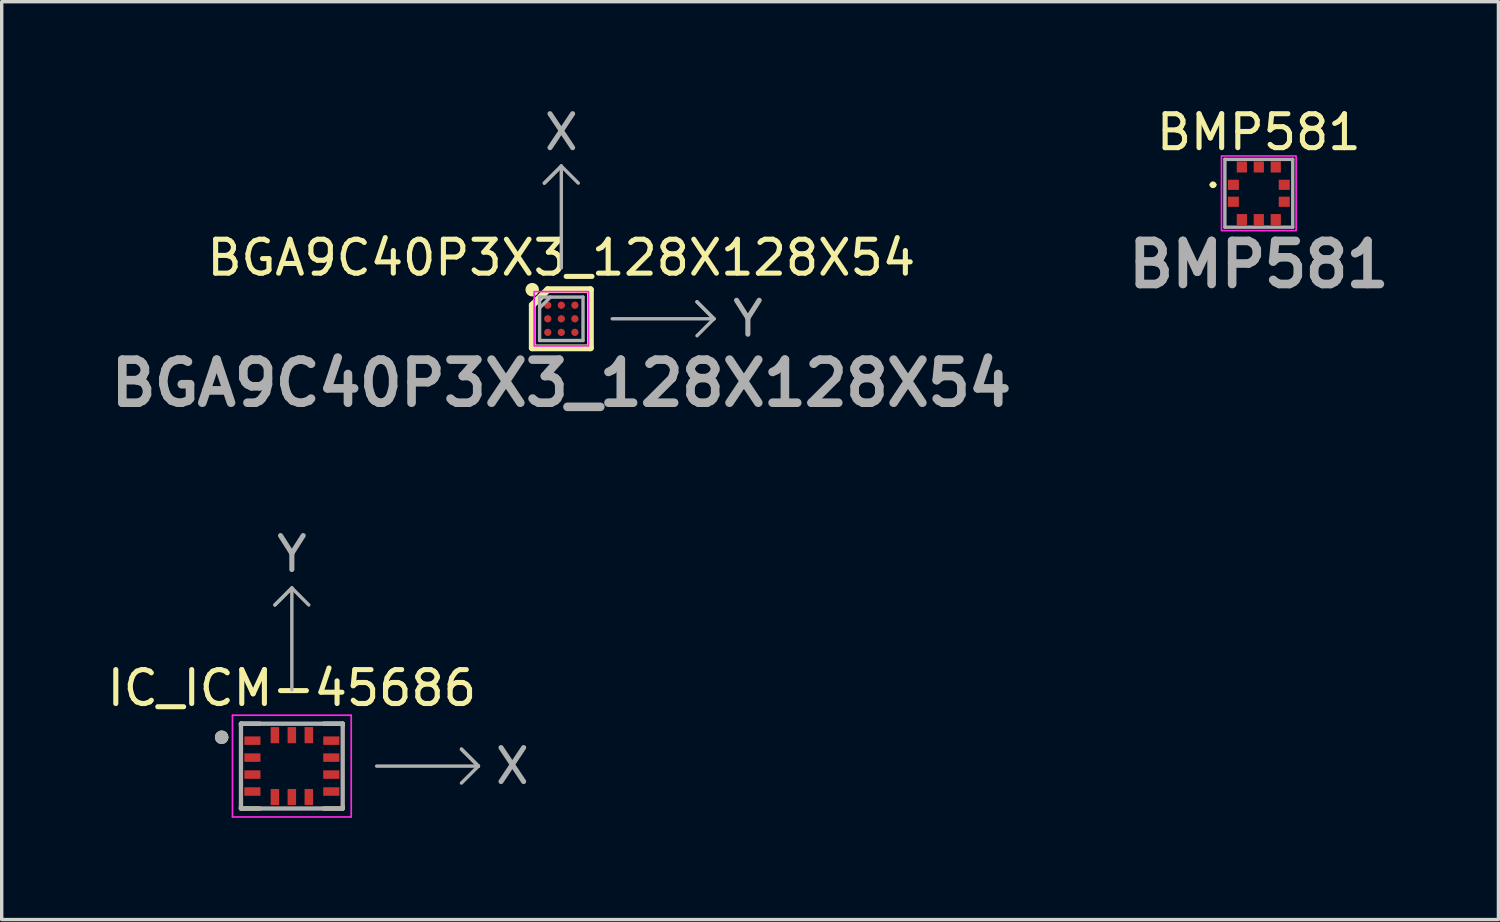
<source format=kicad_pcb>
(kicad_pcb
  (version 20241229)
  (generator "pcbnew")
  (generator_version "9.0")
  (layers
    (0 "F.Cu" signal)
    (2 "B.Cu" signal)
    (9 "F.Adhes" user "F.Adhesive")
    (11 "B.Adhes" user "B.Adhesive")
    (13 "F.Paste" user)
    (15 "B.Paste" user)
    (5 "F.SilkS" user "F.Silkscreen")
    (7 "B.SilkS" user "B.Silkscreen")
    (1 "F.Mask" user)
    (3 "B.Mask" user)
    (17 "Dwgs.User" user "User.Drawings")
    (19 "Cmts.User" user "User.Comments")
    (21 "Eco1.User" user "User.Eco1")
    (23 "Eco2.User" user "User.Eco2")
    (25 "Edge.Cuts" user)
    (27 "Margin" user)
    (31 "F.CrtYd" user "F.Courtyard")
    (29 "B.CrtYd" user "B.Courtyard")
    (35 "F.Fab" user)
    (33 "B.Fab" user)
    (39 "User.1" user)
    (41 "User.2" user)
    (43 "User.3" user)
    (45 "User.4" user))
  (footprint "BGA9C40P3X3_128X128X54"
    (layer "F.Cu")
    (at 13.498 6.348)
    (property "Reference" "BGA9C40P3X3_128X128X54" (at 0 -1.8 0) (layer "F.SilkS") (effects (font (size 1 1) (thickness 0.15))))
    (attr smd)
    (fp_line (start -0.857 -0.401) (end -0.399 -0.859) (stroke (width 0.2) (type solid)) (layer "F.SilkS"))
    (fp_line (start -0.857 0.857) (end -0.857 -0.401) (stroke (width 0.2) (type solid)) (layer "F.SilkS"))
    (fp_line (start -0.4 -0.858) (end 0.858 -0.858) (stroke (width 0.2) (type solid)) (layer "F.SilkS"))
    (fp_line (start 0.858 -0.858) (end 0.858 0.857) (stroke (width 0.2) (type solid)) (layer "F.SilkS"))
    (fp_line (start 0.858 0.857) (end -0.857 0.857) (stroke (width 0.2) (type solid)) (layer "F.SilkS"))
    (fp_circle (center -0.858 -0.858) (end -0.858 -0.758) (stroke (width 0.2) (type solid)) (fill no) (layer "F.SilkS"))
    (fp_rect (start -0.8 -0.8) (end 0.8 0.8) (stroke (width 0.05) (type default)) (fill no) (layer "F.CrtYd"))
    (fp_line (start -0.64 -0.64) (end 0.64 -0.64) (stroke (width 0.1) (type solid)) (layer "F.Fab"))
    (fp_line (start -0.64 -0.32) (end -0.32 -0.64) (stroke (width 0.1) (type solid)) (layer "F.Fab"))
    (fp_line (start -0.64 0.64) (end -0.64 -0.64) (stroke (width 0.1) (type solid)) (layer "F.Fab"))
    (fp_line (start -0.5 -4) (end 0 -4.5) (stroke (width 0.1) (type default)) (layer "F.Fab"))
    (fp_line (start 0 -4.5) (end -0.5 -4) (stroke (width 0.1) (type default)) (layer "F.Fab"))
    (fp_line (start 0 -1.5) (end 0 -4.5) (stroke (width 0.1) (type default)) (layer "F.Fab"))
    (fp_line (start 0.5 -4) (end 0 -4.5) (stroke (width 0.1) (type default)) (layer "F.Fab"))
    (fp_line (start 0.64 -0.64) (end 0.64 0.64) (stroke (width 0.1) (type solid)) (layer "F.Fab"))
    (fp_line (start 0.64 0.64) (end -0.64 0.64) (stroke (width 0.1) (type solid)) (layer "F.Fab"))
    (fp_line (start 1.5 0) (end 4.5 0) (stroke (width 0.1) (type default)) (layer "F.Fab"))
    (fp_line (start 4 -0.5) (end 4.5 0) (stroke (width 0.1) (type default)) (layer "F.Fab"))
    (fp_line (start 4 0.5) (end 4.5 0) (stroke (width 0.1) (type default)) (layer "F.Fab"))
    (fp_line (start 4.5 0) (end 4 -0.5) (stroke (width 0.1) (type default)) (layer "F.Fab"))
    (fp_text user "X" (at 0 -5.5 0) (unlocked yes) (layer "F.Fab") (effects (font (size 1 1) (thickness 0.15))))
    (fp_text user "Y" (at 5.5 0 0) (unlocked yes) (layer "F.Fab") (effects (font (size 1 1) (thickness 0.15))))
    (fp_text user "${REFERENCE}" (at 0 1.9 0) (layer "F.Fab") (effects (font (size 1.27 1.27) (thickness 0.254))))
    (pad "A1" smd circle (at -0.4 -0.4 90) (size 0.215 0.215) (layers "F.Cu" "F.Mask" "F.Paste"))
    (pad "A2" smd circle (at 0 -0.4 90) (size 0.215 0.215) (layers "F.Cu" "F.Mask" "F.Paste"))
    (pad "A3" smd circle (at 0.4 -0.4 90) (size 0.215 0.215) (layers "F.Cu" "F.Mask" "F.Paste"))
    (pad "B1" smd circle (at -0.4 0 90) (size 0.215 0.215) (layers "F.Cu" "F.Mask" "F.Paste"))
    (pad "B2" smd circle (at 0 0 90) (size 0.215 0.215) (layers "F.Cu" "F.Mask" "F.Paste"))
    (pad "B3" smd circle (at 0.4 0 90) (size 0.215 0.215) (layers "F.Cu" "F.Mask" "F.Paste"))
    (pad "C1" smd circle (at -0.4 0.4 90) (size 0.215 0.215) (layers "F.Cu" "F.Mask" "F.Paste"))
    (pad "C2" smd circle (at 0 0.4 90) (size 0.215 0.215) (layers "F.Cu" "F.Mask" "F.Paste"))
    (pad "C3" smd circle (at 0.4 0.4 90) (size 0.215 0.215) (layers "F.Cu" "F.Mask" "F.Paste")))
  (footprint "BMP581"
    (layer "F.Cu")
    (at 34.061 2.648)
    (property "Reference" "BMP581" (at 0 -1.8 0) (layer "F.SilkS") (effects (font (size 1 1) (thickness 0.15))))
    (attr smd)
    (fp_line (start -1.4 -0.25) (end -1.4 -0.25) (stroke (width 0.1) (type solid)) (layer "F.SilkS"))
    (fp_line (start -1.3 -0.25) (end -1.3 -0.25) (stroke (width 0.1) (type solid)) (layer "F.SilkS"))
    (fp_arc (start -1.4 -0.25) (mid -1.35 -0.3) (end -1.3 -0.25) (stroke (width 0.1) (type solid)) (layer "F.SilkS"))
    (fp_arc (start -1.3 -0.25) (mid -1.35 -0.2) (end -1.4 -0.25) (stroke (width 0.1) (type solid)) (layer "F.SilkS"))
    (fp_rect (start -1.1 -1.1) (end 1.1 1.1) (stroke (width 0.05) (type default)) (fill no) (layer "F.CrtYd"))
    (fp_line (start -1 -1) (end 1 -1) (stroke (width 0.1) (type solid)) (layer "F.Fab"))
    (fp_line (start -1 1) (end -1 -1) (stroke (width 0.1) (type solid)) (layer "F.Fab"))
    (fp_line (start 1 -1) (end 1 1) (stroke (width 0.1) (type solid)) (layer "F.Fab"))
    (fp_line (start 1 1) (end -1 1) (stroke (width 0.1) (type solid)) (layer "F.Fab"))
    (fp_text user "${REFERENCE}" (at 0 2.1 0) (layer "F.Fab") (effects (font (size 1.27 1.27) (thickness 0.254))))
    (pad "1" smd rect (at -0.75 -0.25 90) (size 0.3 0.325) (layers "F.Cu" "F.Mask" "F.Paste"))
    (pad "2" smd rect (at -0.75 0.25 90) (size 0.3 0.325) (layers "F.Cu" "F.Mask" "F.Paste"))
    (pad "3" smd rect (at -0.5 0.775) (size 0.3 0.325) (layers "F.Cu" "F.Mask" "F.Paste"))
    (pad "4" smd rect (at 0 0.775) (size 0.3 0.325) (layers "F.Cu" "F.Mask" "F.Paste"))
    (pad "5" smd rect (at 0.5 0.775) (size 0.3 0.325) (layers "F.Cu" "F.Mask" "F.Paste"))
    (pad "6" smd rect (at 0.75 0.25 90) (size 0.3 0.325) (layers "F.Cu" "F.Mask" "F.Paste"))
    (pad "7" smd rect (at 0.75 -0.25 90) (size 0.3 0.325) (layers "F.Cu" "F.Mask" "F.Paste"))
    (pad "8" smd rect (at 0.5 -0.775) (size 0.3 0.325) (layers "F.Cu" "F.Mask" "F.Paste"))
    (pad "9" smd rect (at 0 -0.775) (size 0.3 0.325) (layers "F.Cu" "F.Mask" "F.Paste"))
    (pad "10" smd rect (at -0.5 -0.775) (size 0.3 0.325) (layers "F.Cu" "F.Mask" "F.Paste")))
  (footprint "IC_ICM-45686"
    (layer "F.Cu")
    (at 5.554 19.535)
    (property "Reference" "IC_ICM-45686" (at 0 -2.3 0) (layer "F.SilkS") (effects (font (size 1 1) (thickness 0.15))))
    (attr smd)
    (fp_poly (pts (xy -1.45 -0.925) (xy -0.875 -0.925) (xy -0.875 -0.575) (xy -1.45 -0.575)) (stroke (width 0.01) (type solid)) (fill yes) (layer "F.Mask"))
    (fp_poly (pts (xy -1.45 -0.425) (xy -0.875 -0.425) (xy -0.875 -0.075) (xy -1.45 -0.075)) (stroke (width 0.01) (type solid)) (fill yes) (layer "F.Mask"))
    (fp_poly (pts (xy -1.45 0.075) (xy -0.875 0.075) (xy -0.875 0.425) (xy -1.45 0.425)) (stroke (width 0.01) (type solid)) (fill yes) (layer "F.Mask"))
    (fp_poly (pts (xy -1.45 0.575) (xy -0.875 0.575) (xy -0.875 0.925) (xy -1.45 0.925)) (stroke (width 0.01) (type solid)) (fill yes) (layer "F.Mask"))
    (fp_poly (pts (xy -0.675 -1.2) (xy -0.325 -1.2) (xy -0.325 -0.625) (xy -0.675 -0.625)) (stroke (width 0.01) (type solid)) (fill yes) (layer "F.Mask"))
    (fp_poly (pts (xy -0.675 0.625) (xy -0.325 0.625) (xy -0.325 1.2) (xy -0.675 1.2)) (stroke (width 0.01) (type solid)) (fill yes) (layer "F.Mask"))
    (fp_poly (pts (xy -0.175 -1.2) (xy 0.175 -1.2) (xy 0.175 -0.625) (xy -0.175 -0.625)) (stroke (width 0.01) (type solid)) (fill yes) (layer "F.Mask"))
    (fp_poly (pts (xy -0.175 0.625) (xy 0.175 0.625) (xy 0.175 1.2) (xy -0.175 1.2)) (stroke (width 0.01) (type solid)) (fill yes) (layer "F.Mask"))
    (fp_poly (pts (xy 0.325 -1.2) (xy 0.675 -1.2) (xy 0.675 -0.625) (xy 0.325 -0.625)) (stroke (width 0.01) (type solid)) (fill yes) (layer "F.Mask"))
    (fp_poly (pts (xy 0.325 0.625) (xy 0.675 0.625) (xy 0.675 1.2) (xy 0.325 1.2)) (stroke (width 0.01) (type solid)) (fill yes) (layer "F.Mask"))
    (fp_poly (pts (xy 0.875 -0.925) (xy 1.45 -0.925) (xy 1.45 -0.575) (xy 0.875 -0.575)) (stroke (width 0.01) (type solid)) (fill yes) (layer "F.Mask"))
    (fp_poly (pts (xy 0.875 -0.425) (xy 1.45 -0.425) (xy 1.45 -0.075) (xy 0.875 -0.075)) (stroke (width 0.01) (type solid)) (fill yes) (layer "F.Mask"))
    (fp_poly (pts (xy 0.875 0.075) (xy 1.45 0.075) (xy 1.45 0.425) (xy 0.875 0.425)) (stroke (width 0.01) (type solid)) (fill yes) (layer "F.Mask"))
    (fp_poly (pts (xy 0.875 0.575) (xy 1.45 0.575) (xy 1.45 0.925) (xy 0.875 0.925)) (stroke (width 0.01) (type solid)) (fill yes) (layer "F.Mask"))
    (fp_line (start -1.5 -1.25) (end -1.5 -1.195) (stroke (width 0.127) (type solid)) (layer "F.SilkS"))
    (fp_line (start -1.5 -1.25) (end -0.945 -1.25) (stroke (width 0.127) (type solid)) (layer "F.SilkS"))
    (fp_line (start -1.5 1.25) (end -1.5 1.195) (stroke (width 0.127) (type solid)) (layer "F.SilkS"))
    (fp_line (start -0.945 1.25) (end -1.5 1.25) (stroke (width 0.127) (type solid)) (layer "F.SilkS"))
    (fp_line (start 0.945 -1.25) (end 1.5 -1.25) (stroke (width 0.127) (type solid)) (layer "F.SilkS"))
    (fp_line (start 1.5 -1.25) (end 1.5 -1.195) (stroke (width 0.127) (type solid)) (layer "F.SilkS"))
    (fp_line (start 1.5 1.25) (end 0.945 1.25) (stroke (width 0.127) (type solid)) (layer "F.SilkS"))
    (fp_line (start 1.5 1.25) (end 1.5 1.195) (stroke (width 0.127) (type solid)) (layer "F.SilkS"))
    (fp_circle (center -2.069 -0.85) (end -1.969 -0.85) (stroke (width 0.2) (type solid)) (fill no) (layer "F.SilkS"))
    (fp_line (start -1.75 -1.5) (end -1.75 1.5) (stroke (width 0.05) (type solid)) (layer "F.CrtYd"))
    (fp_line (start -1.75 1.5) (end 1.75 1.5) (stroke (width 0.05) (type solid)) (layer "F.CrtYd"))
    (fp_line (start 1.75 -1.5) (end -1.75 -1.5) (stroke (width 0.05) (type solid)) (layer "F.CrtYd"))
    (fp_line (start 1.75 1.5) (end 1.75 -1.5) (stroke (width 0.05) (type solid)) (layer "F.CrtYd"))
    (fp_line (start -1.5 -1.25) (end 1.5 -1.25) (stroke (width 0.127) (type solid)) (layer "F.Fab"))
    (fp_line (start -1.5 1.25) (end -1.5 -1.25) (stroke (width 0.127) (type solid)) (layer "F.Fab"))
    (fp_line (start -0.5 -4.75) (end 0 -5.25) (stroke (width 0.1) (type default)) (layer "F.Fab"))
    (fp_line (start 0 -5.25) (end -0.5 -4.75) (stroke (width 0.1) (type default)) (layer "F.Fab"))
    (fp_line (start 0 -2.25) (end 0 -5.25) (stroke (width 0.1) (type default)) (layer "F.Fab"))
    (fp_line (start 0.5 -4.75) (end 0 -5.25) (stroke (width 0.1) (type default)) (layer "F.Fab"))
    (fp_line (start 1.5 -1.25) (end 1.5 1.25) (stroke (width 0.127) (type solid)) (layer "F.Fab"))
    (fp_line (start 1.5 1.25) (end -1.5 1.25) (stroke (width 0.127) (type solid)) (layer "F.Fab"))
    (fp_line (start 2.5 0) (end 5.5 0) (stroke (width 0.1) (type default)) (layer "F.Fab"))
    (fp_line (start 5 -0.5) (end 5.5 0) (stroke (width 0.1) (type default)) (layer "F.Fab"))
    (fp_line (start 5 0.5) (end 5.5 0) (stroke (width 0.1) (type default)) (layer "F.Fab"))
    (fp_line (start 5.5 0) (end 5 -0.5) (stroke (width 0.1) (type default)) (layer "F.Fab"))
    (fp_circle (center -2.069 -0.85) (end -1.969 -0.85) (stroke (width 0.2) (type solid)) (fill no) (layer "F.Fab"))
    (fp_text user "Y" (at 0 -6.25 0) (unlocked yes) (layer "F.Fab") (effects (font (size 1 1) (thickness 0.15))))
    (fp_text user "X" (at 6.5 0 0) (unlocked yes) (layer "F.Fab") (effects (font (size 1 1) (thickness 0.15))))
    (pad "1" smd rect (at -1.163 -0.75) (size 0.475 0.25) (layers "F.Cu" "F.Paste"))
    (pad "2" smd rect (at -1.163 -0.25) (size 0.475 0.25) (layers "F.Cu" "F.Paste"))
    (pad "3" smd rect (at -1.163 0.25) (size 0.475 0.25) (layers "F.Cu" "F.Paste"))
    (pad "4" smd rect (at -1.163 0.75) (size 0.475 0.25) (layers "F.Cu" "F.Paste"))
    (pad "5" smd rect (at -0.5 0.912) (size 0.25 0.475) (layers "F.Cu" "F.Paste"))
    (pad "6" smd rect (at 0 0.912) (size 0.25 0.475) (layers "F.Cu" "F.Paste"))
    (pad "7" smd rect (at 0.5 0.912) (size 0.25 0.475) (layers "F.Cu" "F.Paste"))
    (pad "8" smd rect (at 1.163 0.75) (size 0.475 0.25) (layers "F.Cu" "F.Paste"))
    (pad "9" smd rect (at 1.163 0.25) (size 0.475 0.25) (layers "F.Cu" "F.Paste"))
    (pad "10" smd rect (at 1.163 -0.25) (size 0.475 0.25) (layers "F.Cu" "F.Paste"))
    (pad "11" smd rect (at 1.163 -0.75) (size 0.475 0.25) (layers "F.Cu" "F.Paste"))
    (pad "12" smd rect (at 0.5 -0.912) (size 0.25 0.475) (layers "F.Cu" "F.Paste"))
    (pad "13" smd rect (at 0 -0.912) (size 0.25 0.475) (layers "F.Cu" "F.Paste"))
    (pad "14" smd rect (at -0.5 -0.912) (size 0.25 0.475) (layers "F.Cu" "F.Paste"))
    (zone (net_name "") (layers "F.Cu" "B.Cu") (hatch full 0.508) (connect_pads) (min_thickness 0.01) (filled_areas_thickness no) (keepout (tracks not_allowed) (vias not_allowed) (pads not_allowed) (copperpour not_allowed) (footprints not_allowed)) (placement (enabled no)) (fill) (polygon (pts (xy 4.654 18.885) (xy 6.454 18.885) (xy 6.454 20.185) (xy 4.654 20.185)))))
  (gr_rect
    (start -3 -3)
    (end 41.125 24.06)
    (stroke (width 0.1) (type default))
    (fill no)
    (layer "Edge.Cuts")))
</source>
